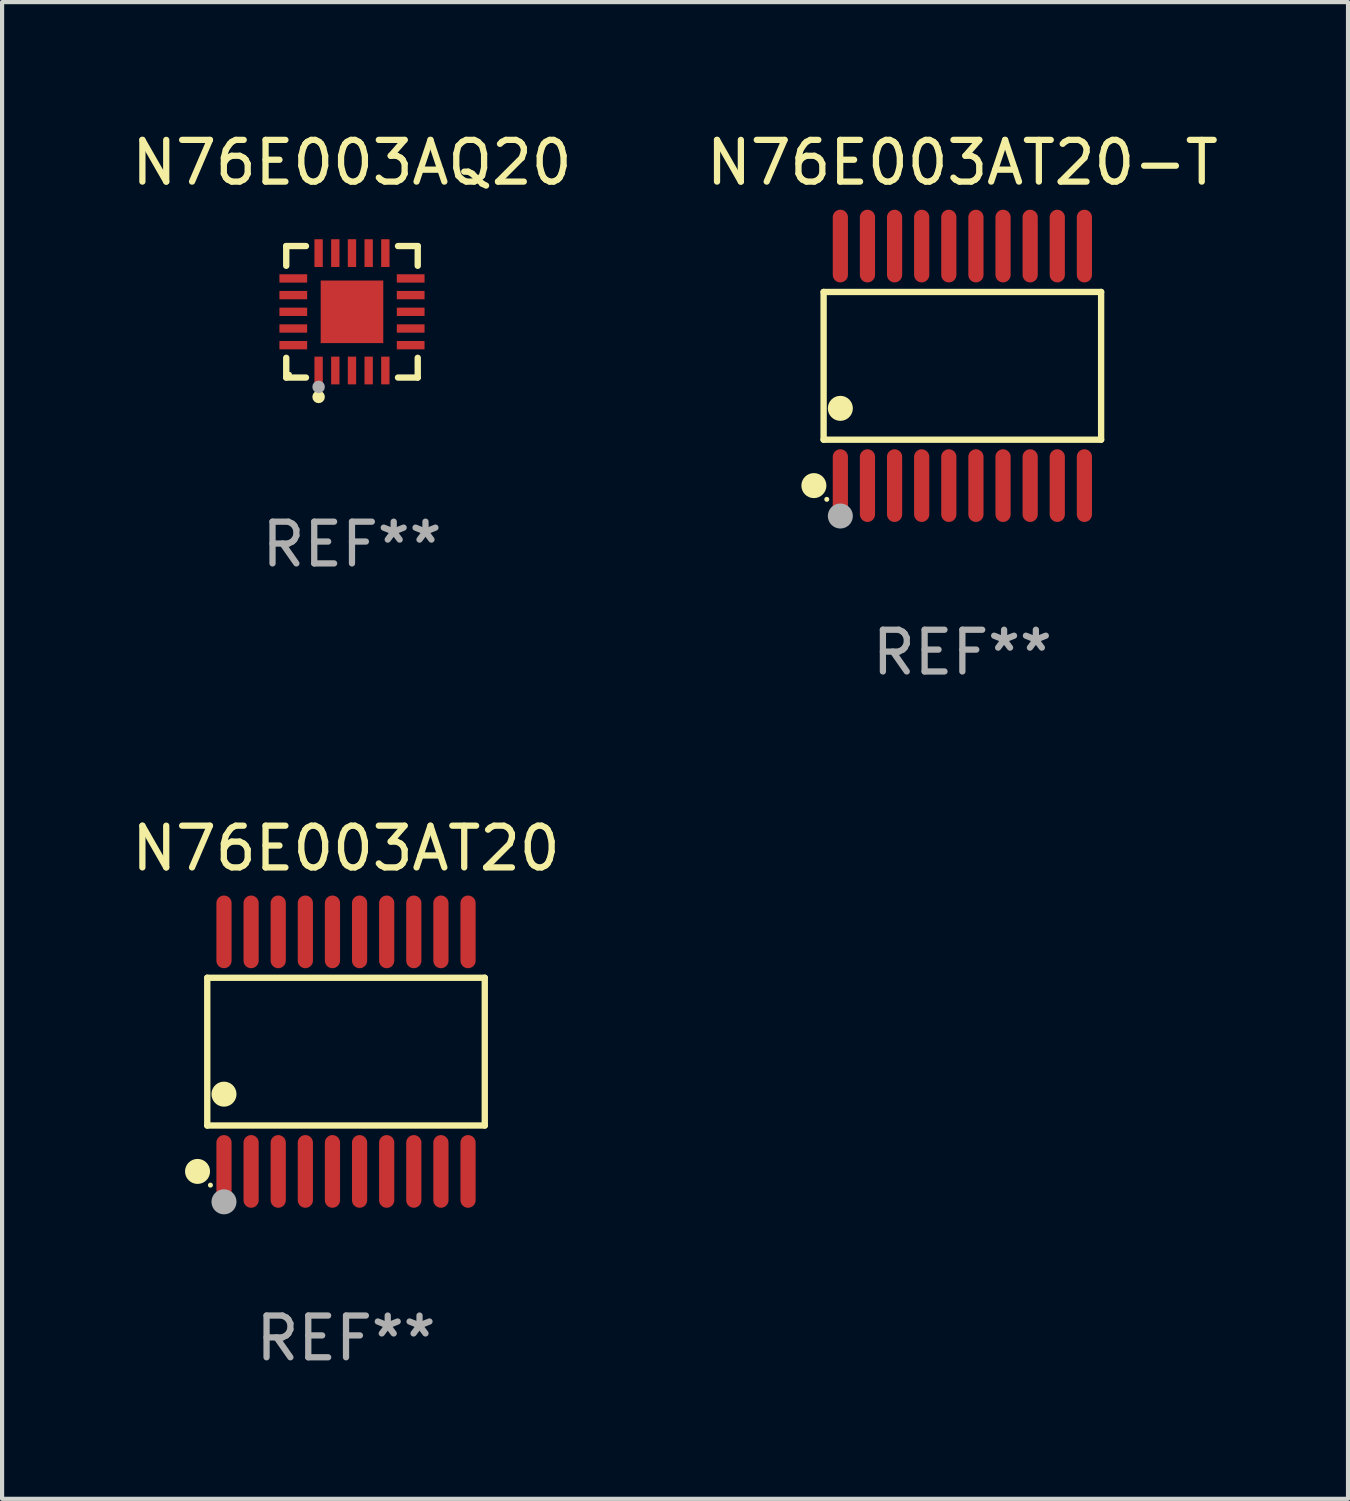
<source format=kicad_pcb>
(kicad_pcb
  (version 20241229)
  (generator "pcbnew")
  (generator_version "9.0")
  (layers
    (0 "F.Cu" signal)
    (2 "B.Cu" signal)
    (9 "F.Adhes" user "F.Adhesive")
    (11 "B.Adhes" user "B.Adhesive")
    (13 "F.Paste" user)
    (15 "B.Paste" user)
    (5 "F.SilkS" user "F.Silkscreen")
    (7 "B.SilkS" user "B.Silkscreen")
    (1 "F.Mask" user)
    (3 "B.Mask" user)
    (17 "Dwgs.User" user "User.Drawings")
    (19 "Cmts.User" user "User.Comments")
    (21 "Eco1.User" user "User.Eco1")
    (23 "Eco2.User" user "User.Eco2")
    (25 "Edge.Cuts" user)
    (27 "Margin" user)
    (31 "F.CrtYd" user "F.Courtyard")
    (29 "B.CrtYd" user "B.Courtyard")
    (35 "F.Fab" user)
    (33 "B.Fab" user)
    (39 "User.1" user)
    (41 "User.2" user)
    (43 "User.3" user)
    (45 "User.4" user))
  (footprint "N76E003AQ20"
    (layer "F.Cu")
    (at 5.387 4.424)
    (property "Reference" "N76E003AQ20" (at 0 -3.576 0) (layer "F.SilkS") (effects (font (size 1 1) (thickness 0.15))))
    (attr through_hole)
    (fp_line (start -1.576 -1.576) (end -1.103 -1.576) (stroke (width 0.152) (type solid)) (layer "F.SilkS"))
    (fp_line (start -1.576 -1.103) (end -1.576 -1.576) (stroke (width 0.152) (type solid)) (layer "F.SilkS"))
    (fp_line (start -1.576 1.103) (end -1.576 1.576) (stroke (width 0.152) (type solid)) (layer "F.SilkS"))
    (fp_line (start -1.576 1.576) (end -1.103 1.576) (stroke (width 0.152) (type solid)) (layer "F.SilkS"))
    (fp_line (start 1.576 -1.576) (end 1.103 -1.576) (stroke (width 0.152) (type solid)) (layer "F.SilkS"))
    (fp_line (start 1.576 -1.103) (end 1.576 -1.576) (stroke (width 0.152) (type solid)) (layer "F.SilkS"))
    (fp_line (start 1.576 1.103) (end 1.576 1.576) (stroke (width 0.152) (type solid)) (layer "F.SilkS"))
    (fp_line (start 1.576 1.576) (end 1.103 1.576) (stroke (width 0.152) (type solid)) (layer "F.SilkS"))
    (fp_circle (center -1.5 1.5) (end -1.47 1.5) (stroke (width 0.06) (type solid)) (fill no) (layer "F.SilkS"))
    (fp_circle (center -0.8 2.04) (end -0.725 2.04) (stroke (width 0.15) (type solid)) (fill no) (layer "F.SilkS"))
    (fp_circle (center -0.8 1.8) (end -0.725 1.8) (stroke (width 0.15) (type solid)) (fill no) (layer "F.Fab"))
    (fp_text user "REF**" (at 0 5.576 0) (layer "F.Fab") (effects (font (size 1 1) (thickness 0.15))))
    (pad "1" smd rect (at -0.8 1.407) (size 0.2 0.665) (layers "F.Cu" "F.Mask" "F.Paste"))
    (pad "2" smd rect (at -0.4 1.407) (size 0.2 0.665) (layers "F.Cu" "F.Mask" "F.Paste"))
    (pad "3" smd rect (at 0 1.407) (size 0.2 0.665) (layers "F.Cu" "F.Mask" "F.Paste"))
    (pad "4" smd rect (at 0.4 1.407) (size 0.2 0.665) (layers "F.Cu" "F.Mask" "F.Paste"))
    (pad "5" smd rect (at 0.8 1.407) (size 0.2 0.665) (layers "F.Cu" "F.Mask" "F.Paste"))
    (pad "6" smd rect (at 1.407 0.8) (size 0.665 0.2) (layers "F.Cu" "F.Mask" "F.Paste"))
    (pad "7" smd rect (at 1.407 0.4) (size 0.665 0.2) (layers "F.Cu" "F.Mask" "F.Paste"))
    (pad "8" smd rect (at 1.407 0) (size 0.665 0.2) (layers "F.Cu" "F.Mask" "F.Paste"))
    (pad "9" smd rect (at 1.407 -0.4) (size 0.665 0.2) (layers "F.Cu" "F.Mask" "F.Paste"))
    (pad "10" smd rect (at 1.407 -0.8) (size 0.665 0.2) (layers "F.Cu" "F.Mask" "F.Paste"))
    (pad "11" smd rect (at 0.8 -1.407) (size 0.2 0.665) (layers "F.Cu" "F.Mask" "F.Paste"))
    (pad "12" smd rect (at 0.4 -1.407) (size 0.2 0.665) (layers "F.Cu" "F.Mask" "F.Paste"))
    (pad "13" smd rect (at 0 -1.407) (size 0.2 0.665) (layers "F.Cu" "F.Mask" "F.Paste"))
    (pad "14" smd rect (at -0.4 -1.407) (size 0.2 0.665) (layers "F.Cu" "F.Mask" "F.Paste"))
    (pad "15" smd rect (at -0.8 -1.407) (size 0.2 0.665) (layers "F.Cu" "F.Mask" "F.Paste"))
    (pad "16" smd rect (at -1.407 -0.8) (size 0.665 0.2) (layers "F.Cu" "F.Mask" "F.Paste"))
    (pad "17" smd rect (at -1.407 -0.4) (size 0.665 0.2) (layers "F.Cu" "F.Mask" "F.Paste"))
    (pad "18" smd rect (at -1.407 0) (size 0.665 0.2) (layers "F.Cu" "F.Mask" "F.Paste"))
    (pad "19" smd rect (at -1.407 0.4) (size 0.665 0.2) (layers "F.Cu" "F.Mask" "F.Paste"))
    (pad "20" smd rect (at -1.407 0.8) (size 0.665 0.2) (layers "F.Cu" "F.Mask" "F.Paste"))
    (pad "21" smd rect (at 0 0) (size 1.5 1.5) (layers "F.Cu" "F.Mask" "F.Paste")))
  (footprint "N76E003AT20"
    (layer "F.Cu")
    (at 5.244 22.158)
    (property "Reference" "N76E003AT20" (at 0 -4.871 0) (layer "F.SilkS") (effects (font (size 1 1) (thickness 0.15))))
    (attr through_hole)
    (fp_line (start -3.326 -1.771) (end 3.326 -1.771) (stroke (width 0.152) (type solid)) (layer "F.SilkS"))
    (fp_line (start -3.326 1.771) (end -3.326 -1.771) (stroke (width 0.152) (type solid)) (layer "F.SilkS"))
    (fp_line (start 3.326 -1.771) (end 3.326 1.771) (stroke (width 0.152) (type solid)) (layer "F.SilkS"))
    (fp_line (start 3.326 1.771) (end -3.326 1.771) (stroke (width 0.152) (type solid)) (layer "F.SilkS"))
    (fp_circle (center -3.559 2.871) (end -3.409 2.871) (stroke (width 0.3) (type solid)) (fill no) (layer "F.SilkS"))
    (fp_circle (center -3.25 3.2) (end -3.22 3.2) (stroke (width 0.06) (type solid)) (fill no) (layer "F.SilkS"))
    (fp_circle (center -2.925 1.019) (end -2.775 1.019) (stroke (width 0.3) (type solid)) (fill no) (layer "F.SilkS"))
    (fp_circle (center -2.925 3.6) (end -2.775 3.6) (stroke (width 0.3) (type solid)) (fill no) (layer "F.Fab"))
    (fp_text user "REF**" (at 0 6.871 0) (layer "F.Fab") (effects (font (size 1 1) (thickness 0.15))))
    (pad "1" smd oval (at -2.925 2.871) (size 0.364 1.742) (layers "F.Cu" "F.Mask" "F.Paste"))
    (pad "2" smd oval (at -2.275 2.871) (size 0.364 1.742) (layers "F.Cu" "F.Mask" "F.Paste"))
    (pad "3" smd oval (at -1.625 2.871) (size 0.364 1.742) (layers "F.Cu" "F.Mask" "F.Paste"))
    (pad "4" smd oval (at -0.975 2.871) (size 0.364 1.742) (layers "F.Cu" "F.Mask" "F.Paste"))
    (pad "5" smd oval (at -0.325 2.871) (size 0.364 1.742) (layers "F.Cu" "F.Mask" "F.Paste"))
    (pad "6" smd oval (at 0.325 2.871) (size 0.364 1.742) (layers "F.Cu" "F.Mask" "F.Paste"))
    (pad "7" smd oval (at 0.975 2.871) (size 0.364 1.742) (layers "F.Cu" "F.Mask" "F.Paste"))
    (pad "8" smd oval (at 1.625 2.871) (size 0.364 1.742) (layers "F.Cu" "F.Mask" "F.Paste"))
    (pad "9" smd oval (at 2.275 2.871) (size 0.364 1.742) (layers "F.Cu" "F.Mask" "F.Paste"))
    (pad "10" smd oval (at 2.925 2.871) (size 0.364 1.742) (layers "F.Cu" "F.Mask" "F.Paste"))
    (pad "11" smd oval (at 2.925 -2.871) (size 0.364 1.742) (layers "F.Cu" "F.Mask" "F.Paste"))
    (pad "12" smd oval (at 2.275 -2.871) (size 0.364 1.742) (layers "F.Cu" "F.Mask" "F.Paste"))
    (pad "13" smd oval (at 1.625 -2.871) (size 0.364 1.742) (layers "F.Cu" "F.Mask" "F.Paste"))
    (pad "14" smd oval (at 0.975 -2.871) (size 0.364 1.742) (layers "F.Cu" "F.Mask" "F.Paste"))
    (pad "15" smd oval (at 0.325 -2.871) (size 0.364 1.742) (layers "F.Cu" "F.Mask" "F.Paste"))
    (pad "16" smd oval (at -0.325 -2.871) (size 0.364 1.742) (layers "F.Cu" "F.Mask" "F.Paste"))
    (pad "17" smd oval (at -0.975 -2.871) (size 0.364 1.742) (layers "F.Cu" "F.Mask" "F.Paste"))
    (pad "18" smd oval (at -1.625 -2.871) (size 0.364 1.742) (layers "F.Cu" "F.Mask" "F.Paste"))
    (pad "19" smd oval (at -2.275 -2.871) (size 0.364 1.742) (layers "F.Cu" "F.Mask" "F.Paste"))
    (pad "20" smd oval (at -2.925 -2.871) (size 0.364 1.742) (layers "F.Cu" "F.Mask" "F.Paste")))
  (footprint "N76E003AT20-T"
    (layer "F.Cu")
    (at 20.018 5.719)
    (property "Reference" "N76E003AT20-T" (at 0 -4.871 0) (layer "F.SilkS") (effects (font (size 1 1) (thickness 0.15))))
    (attr through_hole)
    (fp_line (start -3.326 -1.771) (end 3.326 -1.771) (stroke (width 0.152) (type solid)) (layer "F.SilkS"))
    (fp_line (start -3.326 1.771) (end -3.326 -1.771) (stroke (width 0.152) (type solid)) (layer "F.SilkS"))
    (fp_line (start 3.326 -1.771) (end 3.326 1.771) (stroke (width 0.152) (type solid)) (layer "F.SilkS"))
    (fp_line (start 3.326 1.771) (end -3.326 1.771) (stroke (width 0.152) (type solid)) (layer "F.SilkS"))
    (fp_circle (center -3.559 2.871) (end -3.409 2.871) (stroke (width 0.3) (type solid)) (fill no) (layer "F.SilkS"))
    (fp_circle (center -3.25 3.2) (end -3.22 3.2) (stroke (width 0.06) (type solid)) (fill no) (layer "F.SilkS"))
    (fp_circle (center -2.925 1.019) (end -2.775 1.019) (stroke (width 0.3) (type solid)) (fill no) (layer "F.SilkS"))
    (fp_circle (center -2.925 3.6) (end -2.775 3.6) (stroke (width 0.3) (type solid)) (fill no) (layer "F.Fab"))
    (fp_text user "REF**" (at 0 6.871 0) (layer "F.Fab") (effects (font (size 1 1) (thickness 0.15))))
    (pad "1" smd oval (at -2.925 2.871) (size 0.364 1.742) (layers "F.Cu" "F.Mask" "F.Paste"))
    (pad "2" smd oval (at -2.275 2.871) (size 0.364 1.742) (layers "F.Cu" "F.Mask" "F.Paste"))
    (pad "3" smd oval (at -1.625 2.871) (size 0.364 1.742) (layers "F.Cu" "F.Mask" "F.Paste"))
    (pad "4" smd oval (at -0.975 2.871) (size 0.364 1.742) (layers "F.Cu" "F.Mask" "F.Paste"))
    (pad "5" smd oval (at -0.325 2.871) (size 0.364 1.742) (layers "F.Cu" "F.Mask" "F.Paste"))
    (pad "6" smd oval (at 0.325 2.871) (size 0.364 1.742) (layers "F.Cu" "F.Mask" "F.Paste"))
    (pad "7" smd oval (at 0.975 2.871) (size 0.364 1.742) (layers "F.Cu" "F.Mask" "F.Paste"))
    (pad "8" smd oval (at 1.625 2.871) (size 0.364 1.742) (layers "F.Cu" "F.Mask" "F.Paste"))
    (pad "9" smd oval (at 2.275 2.871) (size 0.364 1.742) (layers "F.Cu" "F.Mask" "F.Paste"))
    (pad "10" smd oval (at 2.925 2.871) (size 0.364 1.742) (layers "F.Cu" "F.Mask" "F.Paste"))
    (pad "11" smd oval (at 2.925 -2.871) (size 0.364 1.742) (layers "F.Cu" "F.Mask" "F.Paste"))
    (pad "12" smd oval (at 2.275 -2.871) (size 0.364 1.742) (layers "F.Cu" "F.Mask" "F.Paste"))
    (pad "13" smd oval (at 1.625 -2.871) (size 0.364 1.742) (layers "F.Cu" "F.Mask" "F.Paste"))
    (pad "14" smd oval (at 0.975 -2.871) (size 0.364 1.742) (layers "F.Cu" "F.Mask" "F.Paste"))
    (pad "15" smd oval (at 0.325 -2.871) (size 0.364 1.742) (layers "F.Cu" "F.Mask" "F.Paste"))
    (pad "16" smd oval (at -0.325 -2.871) (size 0.364 1.742) (layers "F.Cu" "F.Mask" "F.Paste"))
    (pad "17" smd oval (at -0.975 -2.871) (size 0.364 1.742) (layers "F.Cu" "F.Mask" "F.Paste"))
    (pad "18" smd oval (at -1.625 -2.871) (size 0.364 1.742) (layers "F.Cu" "F.Mask" "F.Paste"))
    (pad "19" smd oval (at -2.275 -2.871) (size 0.364 1.742) (layers "F.Cu" "F.Mask" "F.Paste"))
    (pad "20" smd oval (at -2.925 -2.871) (size 0.364 1.742) (layers "F.Cu" "F.Mask" "F.Paste")))
  (gr_rect
    (start -3 -3)
    (end 29.262 32.877)
    (stroke (width 0.1) (type default))
    (fill no)
    (layer "Edge.Cuts")))
</source>
